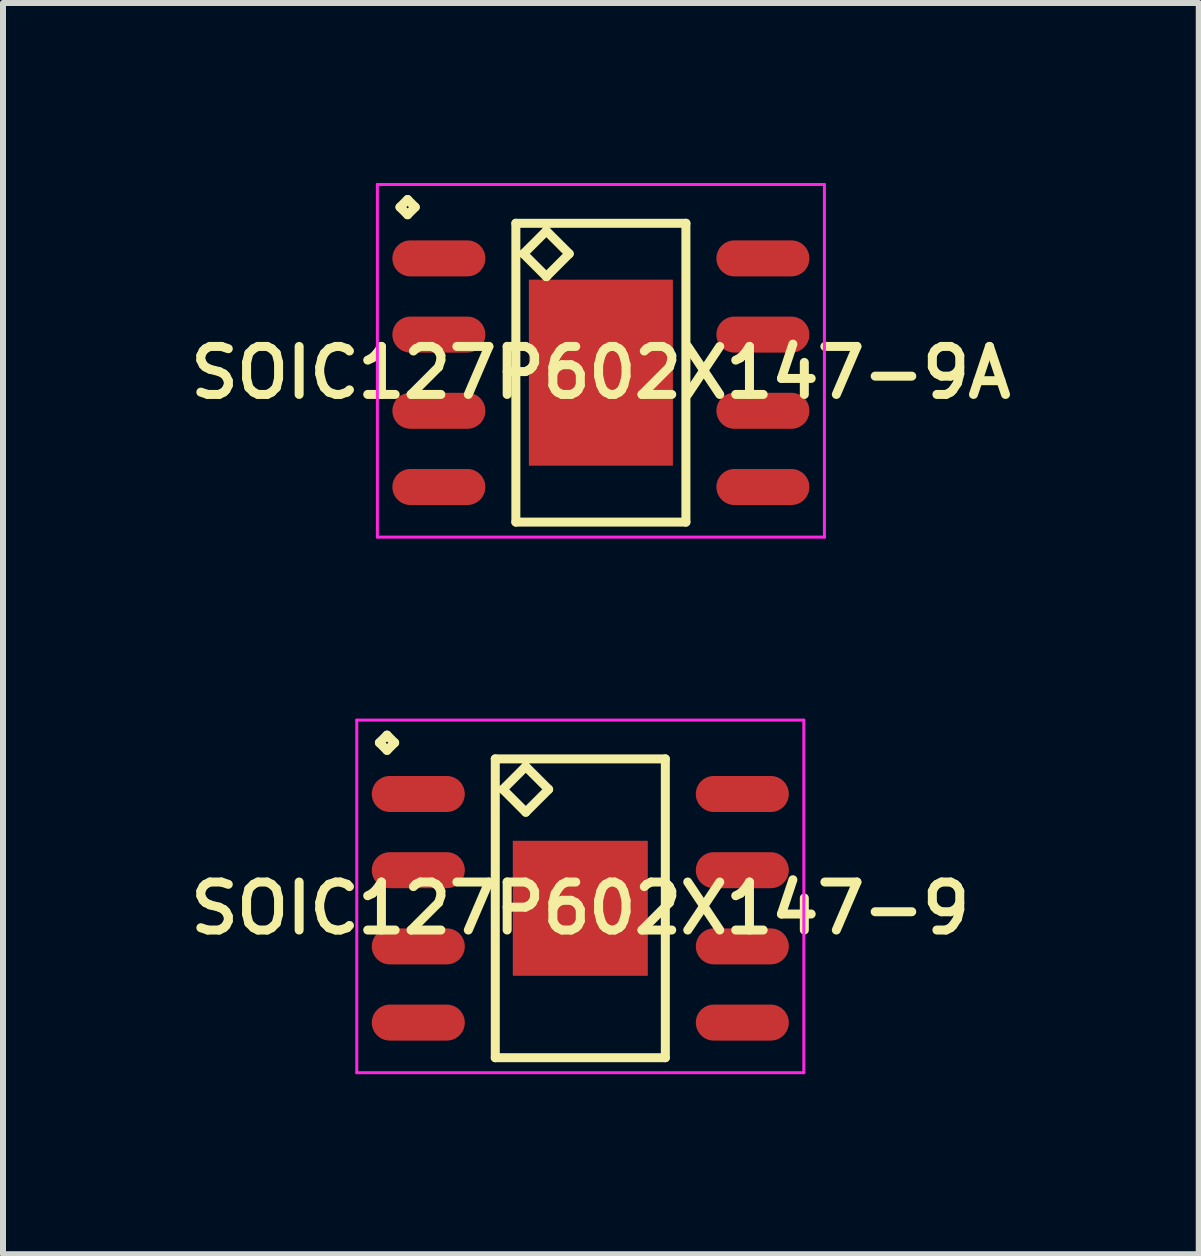
<source format=kicad_pcb>
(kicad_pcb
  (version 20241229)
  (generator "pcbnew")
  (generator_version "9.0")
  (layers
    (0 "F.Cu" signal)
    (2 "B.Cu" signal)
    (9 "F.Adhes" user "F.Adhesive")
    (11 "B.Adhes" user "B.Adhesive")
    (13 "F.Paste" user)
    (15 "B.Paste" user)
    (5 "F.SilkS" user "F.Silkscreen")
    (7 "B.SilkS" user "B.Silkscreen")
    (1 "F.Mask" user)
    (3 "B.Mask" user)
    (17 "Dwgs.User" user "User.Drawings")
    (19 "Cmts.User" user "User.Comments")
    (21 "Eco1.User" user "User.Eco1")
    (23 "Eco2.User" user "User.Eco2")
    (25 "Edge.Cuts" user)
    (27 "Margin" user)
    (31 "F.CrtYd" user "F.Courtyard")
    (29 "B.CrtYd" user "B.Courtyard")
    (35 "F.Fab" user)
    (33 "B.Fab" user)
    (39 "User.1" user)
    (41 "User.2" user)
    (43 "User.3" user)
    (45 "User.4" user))
  (footprint "SOIC127P602X147-9A"
    (layer "F.Cu")
    (at 6.964 3.161)
    (property "Reference" "SOIC127P602X147-9A" (at 0 0 0) (layer "F.SilkS") (effects (font (size 0.8 0.8) (thickness 0.15))))
    (attr smd)
    (fp_line (start -3.348 -2.759) (end -3.221 -2.886) (stroke (width 0.15) (type solid)) (layer "F.SilkS"))
    (fp_line (start -3.221 -2.886) (end -3.094 -2.759) (stroke (width 0.15) (type solid)) (layer "F.SilkS"))
    (fp_line (start -3.221 -2.632) (end -3.348 -2.759) (stroke (width 0.15) (type solid)) (layer "F.SilkS"))
    (fp_line (start -3.094 -2.759) (end -3.221 -2.632) (stroke (width 0.15) (type solid)) (layer "F.SilkS"))
    (fp_line (start -1.417 -2.49) (end -1.417 2.49) (stroke (width 0.15) (type solid)) (layer "F.SilkS"))
    (fp_line (start -1.417 2.49) (end 1.417 2.49) (stroke (width 0.15) (type solid)) (layer "F.SilkS"))
    (fp_line (start -1.29 -1.982) (end -0.909 -2.363) (stroke (width 0.15) (type solid)) (layer "F.SilkS"))
    (fp_line (start -0.909 -2.363) (end -0.528 -1.982) (stroke (width 0.15) (type solid)) (layer "F.SilkS"))
    (fp_line (start -0.909 -1.601) (end -1.29 -1.982) (stroke (width 0.15) (type solid)) (layer "F.SilkS"))
    (fp_line (start -0.528 -1.982) (end -0.909 -1.601) (stroke (width 0.15) (type solid)) (layer "F.SilkS"))
    (fp_line (start 1.417 -2.49) (end -1.417 -2.49) (stroke (width 0.15) (type solid)) (layer "F.SilkS"))
    (fp_line (start 1.417 2.49) (end 1.417 -2.49) (stroke (width 0.15) (type solid)) (layer "F.SilkS"))
    (fp_line (start -3.725 -3.136) (end 3.725 -3.136) (stroke (width 0.05) (type solid)) (layer "F.CrtYd"))
    (fp_line (start -3.725 2.74) (end -3.725 -3.136) (stroke (width 0.05) (type solid)) (layer "F.CrtYd"))
    (fp_line (start 3.725 -3.136) (end 3.725 2.74) (stroke (width 0.05) (type solid)) (layer "F.CrtYd"))
    (fp_line (start 3.725 2.74) (end -3.725 2.74) (stroke (width 0.05) (type solid)) (layer "F.CrtYd"))
    (pad "1" smd oval (at -2.7 -1.905) (size 1.55 0.6) (layers "F.Cu" "F.Mask" "F.Paste"))
    (pad "2" smd oval (at -2.7 -0.635) (size 1.55 0.6) (layers "F.Cu" "F.Mask" "F.Paste"))
    (pad "3" smd oval (at -2.7 0.635) (size 1.55 0.6) (layers "F.Cu" "F.Mask" "F.Paste"))
    (pad "4" smd oval (at -2.7 1.905) (size 1.55 0.6) (layers "F.Cu" "F.Mask" "F.Paste"))
    (pad "5" smd oval (at 2.7 1.905) (size 1.55 0.6) (layers "F.Cu" "F.Mask" "F.Paste"))
    (pad "6" smd oval (at 2.7 0.635) (size 1.55 0.6) (layers "F.Cu" "F.Mask" "F.Paste"))
    (pad "7" smd oval (at 2.7 -0.635) (size 1.55 0.6) (layers "F.Cu" "F.Mask" "F.Paste"))
    (pad "8" smd oval (at 2.7 -1.905) (size 1.55 0.6) (layers "F.Cu" "F.Mask" "F.Paste"))
    (pad "9" smd rect (at 0 0) (size 2.4 3.1) (layers "F.Cu" "F.Mask" "F.Paste")))
  (footprint "SOIC127P602X147-9"
    (layer "F.Cu")
    (at 6.621 12.087)
    (property "Reference" "SOIC127P602X147-9" (at 0 0 0) (layer "F.SilkS") (effects (font (size 0.8 0.8) (thickness 0.15))))
    (attr smd)
    (fp_line (start -3.348 -2.759) (end -3.221 -2.886) (stroke (width 0.15) (type solid)) (layer "F.SilkS"))
    (fp_line (start -3.221 -2.886) (end -3.094 -2.759) (stroke (width 0.15) (type solid)) (layer "F.SilkS"))
    (fp_line (start -3.221 -2.632) (end -3.348 -2.759) (stroke (width 0.15) (type solid)) (layer "F.SilkS"))
    (fp_line (start -3.094 -2.759) (end -3.221 -2.632) (stroke (width 0.15) (type solid)) (layer "F.SilkS"))
    (fp_line (start -1.417 -2.49) (end -1.417 2.49) (stroke (width 0.15) (type solid)) (layer "F.SilkS"))
    (fp_line (start -1.417 2.49) (end 1.417 2.49) (stroke (width 0.15) (type solid)) (layer "F.SilkS"))
    (fp_line (start -1.29 -1.982) (end -0.909 -2.363) (stroke (width 0.15) (type solid)) (layer "F.SilkS"))
    (fp_line (start -0.909 -2.363) (end -0.528 -1.982) (stroke (width 0.15) (type solid)) (layer "F.SilkS"))
    (fp_line (start -0.909 -1.601) (end -1.29 -1.982) (stroke (width 0.15) (type solid)) (layer "F.SilkS"))
    (fp_line (start -0.528 -1.982) (end -0.909 -1.601) (stroke (width 0.15) (type solid)) (layer "F.SilkS"))
    (fp_line (start 1.417 -2.49) (end -1.417 -2.49) (stroke (width 0.15) (type solid)) (layer "F.SilkS"))
    (fp_line (start 1.417 2.49) (end 1.417 -2.49) (stroke (width 0.15) (type solid)) (layer "F.SilkS"))
    (fp_line (start -3.725 -3.136) (end 3.725 -3.136) (stroke (width 0.05) (type solid)) (layer "F.CrtYd"))
    (fp_line (start -3.725 2.74) (end -3.725 -3.136) (stroke (width 0.05) (type solid)) (layer "F.CrtYd"))
    (fp_line (start 3.725 -3.136) (end 3.725 2.74) (stroke (width 0.05) (type solid)) (layer "F.CrtYd"))
    (fp_line (start 3.725 2.74) (end -3.725 2.74) (stroke (width 0.05) (type solid)) (layer "F.CrtYd"))
    (pad "1" smd oval (at -2.7 -1.905) (size 1.55 0.6) (layers "F.Cu" "F.Mask" "F.Paste"))
    (pad "2" smd oval (at -2.7 -0.635) (size 1.55 0.6) (layers "F.Cu" "F.Mask" "F.Paste"))
    (pad "3" smd oval (at -2.7 0.635) (size 1.55 0.6) (layers "F.Cu" "F.Mask" "F.Paste"))
    (pad "4" smd oval (at -2.7 1.905) (size 1.55 0.6) (layers "F.Cu" "F.Mask" "F.Paste"))
    (pad "5" smd oval (at 2.7 1.905) (size 1.55 0.6) (layers "F.Cu" "F.Mask" "F.Paste"))
    (pad "6" smd oval (at 2.7 0.635) (size 1.55 0.6) (layers "F.Cu" "F.Mask" "F.Paste"))
    (pad "7" smd oval (at 2.7 -0.635) (size 1.55 0.6) (layers "F.Cu" "F.Mask" "F.Paste"))
    (pad "8" smd oval (at 2.7 -1.905) (size 1.55 0.6) (layers "F.Cu" "F.Mask" "F.Paste"))
    (pad "9" smd rect (at 0 0) (size 2.25 2.25) (layers "F.Cu" "F.Mask" "F.Paste")))
  (gr_rect
    (start -3 -3)
    (end 16.928 17.852)
    (stroke (width 0.1) (type default))
    (fill no)
    (layer "Edge.Cuts")))
</source>
